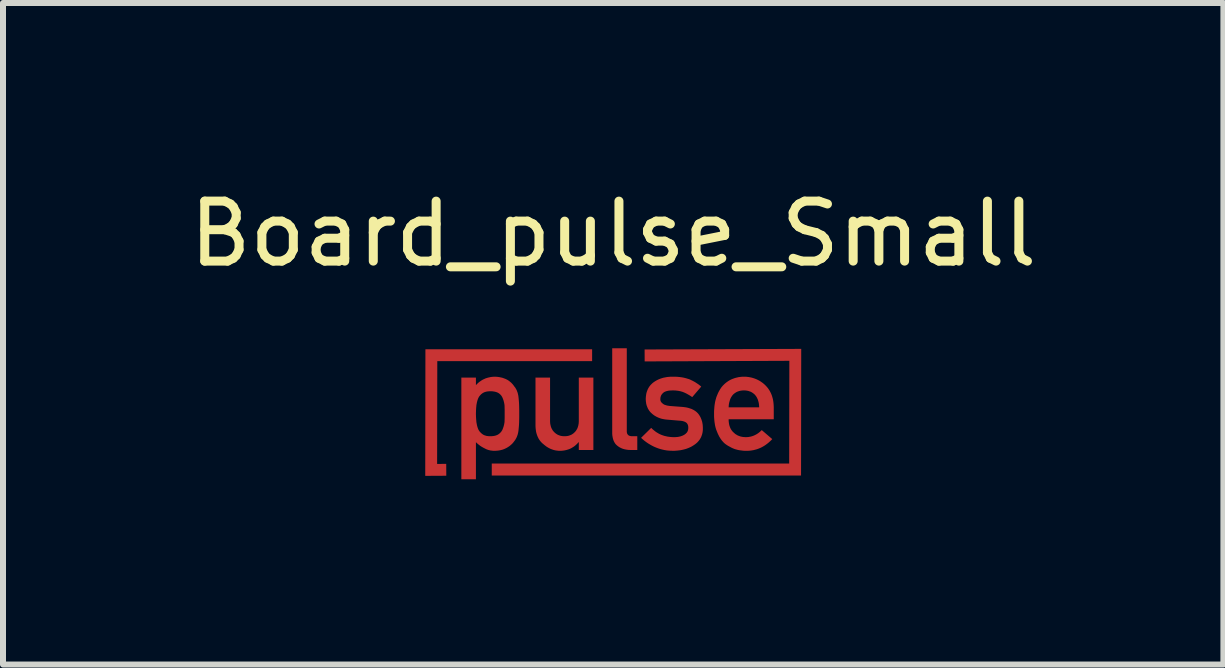
<source format=kicad_pcb>
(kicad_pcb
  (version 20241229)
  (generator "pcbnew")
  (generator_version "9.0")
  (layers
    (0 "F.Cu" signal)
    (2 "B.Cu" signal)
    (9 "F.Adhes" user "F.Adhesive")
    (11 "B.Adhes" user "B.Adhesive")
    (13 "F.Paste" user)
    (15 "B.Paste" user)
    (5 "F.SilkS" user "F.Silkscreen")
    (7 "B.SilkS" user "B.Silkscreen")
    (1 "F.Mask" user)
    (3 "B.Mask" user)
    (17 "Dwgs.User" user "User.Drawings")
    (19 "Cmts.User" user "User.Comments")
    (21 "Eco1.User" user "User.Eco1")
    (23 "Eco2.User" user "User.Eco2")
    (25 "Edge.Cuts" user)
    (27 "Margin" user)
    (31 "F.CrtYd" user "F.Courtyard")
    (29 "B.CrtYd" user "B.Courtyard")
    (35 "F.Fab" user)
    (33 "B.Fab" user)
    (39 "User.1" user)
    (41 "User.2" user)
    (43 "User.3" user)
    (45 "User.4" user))
  (footprint "Board_pulse_Small"
    (layer "F.Cu")
    (at 7.173 3.848)
    (property "Reference" "Board_pulse_Small" (at 0 -3 0) (unlocked yes) (layer "F.SilkS") (effects (font (size 1 1) (thickness 0.15))))
    (attr exclude_from_pos_files exclude_from_bom allow_missing_courtyard)
    (fp_poly (pts (xy -0.352 -0.878) (xy -2.933 -0.878) (xy -2.936 0.836) (xy -2.784 0.835) (xy -2.783 1.033) (xy -3.134 1.035) (xy -3.131 -1.076) (xy -0.352 -1.076)) (stroke (width 0) (type solid)) (fill yes) (layer "F.Cu"))
    (fp_poly (pts (xy 3.131 1.029) (xy -2.025 1.029) (xy -2.025 0.83) (xy 2.933 0.83) (xy 2.936 -0.883) (xy 0.524 -0.873) (xy 0.523 -1.072) (xy 3.134 -1.082)) (stroke (width 0) (type solid)) (fill yes) (layer "F.Cu"))
    (fp_poly (pts (xy 0.226 0.292) (xy 0.226 0.297) (xy 0.226 0.302) (xy 0.227 0.307) (xy 0.228 0.311) (xy 0.228 0.316) (xy 0.229 0.32) (xy 0.23 0.324) (xy 0.232 0.328) (xy 0.233 0.332) (xy 0.235 0.335) (xy 0.237 0.339) (xy 0.239 0.342) (xy 0.241 0.345) (xy 0.244 0.348) (xy 0.246 0.351) (xy 0.249 0.354) (xy 0.252 0.356) (xy 0.255 0.359) (xy 0.258 0.361) (xy 0.262 0.363) (xy 0.265 0.365) (xy 0.269 0.366) (xy 0.273 0.368) (xy 0.277 0.369) (xy 0.282 0.37) (xy 0.286 0.371) (xy 0.291 0.372) (xy 0.296 0.373) (xy 0.306 0.374) (xy 0.317 0.374) (xy 0.401 0.374) (xy 0.401 0.604) (xy 0.292 0.604) (xy 0.276 0.603) (xy 0.26 0.603) (xy 0.244 0.601) (xy 0.229 0.599) (xy 0.214 0.597) (xy 0.2 0.594) (xy 0.185 0.591) (xy 0.172 0.587) (xy 0.158 0.583) (xy 0.145 0.578) (xy 0.132 0.572) (xy 0.12 0.566) (xy 0.108 0.56) (xy 0.096 0.553) (xy 0.085 0.545) (xy 0.074 0.537) (xy 0.063 0.528) (xy 0.053 0.519) (xy 0.043 0.509) (xy 0.034 0.498) (xy 0.026 0.486) (xy 0.019 0.474) (xy 0.012 0.461) (xy 0.006 0.447) (xy 0.000459 0.432) (xy -0.004 0.417) (xy -0.008 0.401) (xy -0.011 0.384) (xy -0.014 0.367) (xy -0.016 0.349) (xy -0.017 0.33) (xy -0.017 0.311) (xy -0.017 -1.092) (xy 0.226 -1.092)) (stroke (width 0) (type solid)) (fill yes) (layer "F.Cu"))
    (fp_poly (pts (xy -1.053 0.115) (xy -1.053 0.13) (xy -1.052 0.145) (xy -1.051 0.159) (xy -1.049 0.173) (xy -1.046 0.186) (xy -1.043 0.199) (xy -1.04 0.212) (xy -1.036 0.224) (xy -1.031 0.236) (xy -1.026 0.247) (xy -1.02 0.258) (xy -1.014 0.268) (xy -1.008 0.278) (xy -1 0.288) (xy -0.992 0.297) (xy -0.984 0.306) (xy -0.975 0.314) (xy -0.967 0.322) (xy -0.957 0.329) (xy -0.948 0.336) (xy -0.938 0.342) (xy -0.928 0.348) (xy -0.918 0.353) (xy -0.907 0.357) (xy -0.897 0.361) (xy -0.885 0.365) (xy -0.874 0.368) (xy -0.862 0.37) (xy -0.85 0.372) (xy -0.838 0.373) (xy -0.825 0.374) (xy -0.812 0.374) (xy -0.799 0.374) (xy -0.787 0.373) (xy -0.774 0.372) (xy -0.762 0.37) (xy -0.751 0.368) (xy -0.739 0.365) (xy -0.728 0.361) (xy -0.717 0.357) (xy -0.707 0.353) (xy -0.696 0.348) (xy -0.686 0.342) (xy -0.677 0.336) (xy -0.667 0.329) (xy -0.658 0.322) (xy -0.65 0.314) (xy -0.641 0.306) (xy -0.633 0.297) (xy -0.625 0.288) (xy -0.618 0.278) (xy -0.612 0.268) (xy -0.606 0.258) (xy -0.6 0.247) (xy -0.595 0.236) (xy -0.591 0.224) (xy -0.587 0.212) (xy -0.583 0.199) (xy -0.581 0.186) (xy -0.578 0.173) (xy -0.576 0.159) (xy -0.575 0.145) (xy -0.574 0.13) (xy -0.574 0.115) (xy -0.574 -0.603) (xy -0.331 -0.603) (xy -0.331 0.604) (xy -0.574 0.604) (xy -0.574 0.474) (xy -0.579 0.474) (xy -0.594 0.492) (xy -0.61 0.508) (xy -0.626 0.523) (xy -0.643 0.537) (xy -0.661 0.55) (xy -0.679 0.561) (xy -0.697 0.572) (xy -0.717 0.582) (xy -0.736 0.59) (xy -0.757 0.597) (xy -0.778 0.603) (xy -0.799 0.608) (xy -0.821 0.612) (xy -0.844 0.615) (xy -0.867 0.617) (xy -0.891 0.617) (xy -0.91 0.617) (xy -0.928 0.615) (xy -0.946 0.613) (xy -0.964 0.61) (xy -0.982 0.606) (xy -1 0.601) (xy -1.017 0.595) (xy -1.034 0.589) (xy -1.051 0.582) (xy -1.067 0.574) (xy -1.084 0.565) (xy -1.1 0.555) (xy -1.116 0.545) (xy -1.131 0.533) (xy -1.147 0.521) (xy -1.162 0.508) (xy -1.178 0.495) (xy -1.193 0.481) (xy -1.207 0.466) (xy -1.22 0.45) (xy -1.232 0.433) (xy -1.243 0.416) (xy -1.252 0.398) (xy -1.261 0.379) (xy -1.269 0.359) (xy -1.276 0.338) (xy -1.282 0.317) (xy -1.287 0.295) (xy -1.29 0.272) (xy -1.293 0.249) (xy -1.295 0.224) (xy -1.296 0.199) (xy -1.296 -0.603) (xy -1.053 -0.603)) (stroke (width 0) (type solid)) (fill yes) (layer "F.Cu"))
    (fp_poly (pts (xy 2.204 -0.618) (xy 2.229 -0.616) (xy 2.254 -0.613) (xy 2.278 -0.609) (xy 2.302 -0.604) (xy 2.325 -0.598) (xy 2.347 -0.591) (xy 2.369 -0.583) (xy 2.391 -0.574) (xy 2.412 -0.564) (xy 2.433 -0.553) (xy 2.453 -0.541) (xy 2.472 -0.528) (xy 2.492 -0.514) (xy 2.51 -0.499) (xy 2.528 -0.483) (xy 2.546 -0.465) (xy 2.562 -0.447) (xy 2.578 -0.428) (xy 2.592 -0.408) (xy 2.605 -0.388) (xy 2.617 -0.366) (xy 2.628 -0.344) (xy 2.638 -0.321) (xy 2.647 -0.297) (xy 2.654 -0.272) (xy 2.661 -0.247) (xy 2.666 -0.221) (xy 2.67 -0.194) (xy 2.673 -0.166) (xy 2.675 -0.137) (xy 2.676 -0.108) (xy 2.676 0.092) (xy 1.924 0.092) (xy 1.924 0.11) (xy 1.925 0.127) (xy 1.927 0.144) (xy 1.929 0.16) (xy 1.932 0.176) (xy 1.935 0.191) (xy 1.94 0.206) (xy 1.945 0.22) (xy 1.95 0.233) (xy 1.956 0.246) (xy 1.963 0.259) (xy 1.971 0.271) (xy 1.979 0.282) (xy 1.988 0.293) (xy 1.997 0.303) (xy 2.008 0.313) (xy 2.018 0.322) (xy 2.028 0.331) (xy 2.038 0.339) (xy 2.05 0.346) (xy 2.061 0.353) (xy 2.073 0.36) (xy 2.085 0.365) (xy 2.098 0.37) (xy 2.111 0.375) (xy 2.124 0.379) (xy 2.138 0.382) (xy 2.152 0.385) (xy 2.166 0.387) (xy 2.181 0.388) (xy 2.196 0.389) (xy 2.212 0.39) (xy 2.23 0.389) (xy 2.248 0.388) (xy 2.266 0.385) (xy 2.284 0.382) (xy 2.301 0.378) (xy 2.318 0.373) (xy 2.335 0.367) (xy 2.352 0.36) (xy 2.368 0.352) (xy 2.384 0.344) (xy 2.4 0.334) (xy 2.416 0.324) (xy 2.431 0.312) (xy 2.446 0.3) (xy 2.461 0.286) (xy 2.476 0.272) (xy 2.651 0.422) (xy 2.628 0.446) (xy 2.604 0.468) (xy 2.58 0.489) (xy 2.555 0.508) (xy 2.53 0.526) (xy 2.504 0.542) (xy 2.477 0.557) (xy 2.45 0.57) (xy 2.423 0.581) (xy 2.395 0.591) (xy 2.366 0.599) (xy 2.338 0.606) (xy 2.308 0.611) (xy 2.278 0.615) (xy 2.248 0.617) (xy 2.217 0.617) (xy 2.193 0.617) (xy 2.169 0.616) (xy 2.146 0.613) (xy 2.123 0.61) (xy 2.099 0.607) (xy 2.076 0.602) (xy 2.053 0.596) (xy 2.031 0.59) (xy 2.019 0.586) (xy 2.008 0.581) (xy 1.997 0.577) (xy 1.986 0.572) (xy 1.975 0.567) (xy 1.964 0.561) (xy 1.953 0.555) (xy 1.942 0.549) (xy 1.931 0.543) (xy 1.92 0.537) (xy 1.909 0.531) (xy 1.898 0.524) (xy 1.888 0.517) (xy 1.878 0.51) (xy 1.867 0.502) (xy 1.857 0.494) (xy 1.848 0.486) (xy 1.839 0.477) (xy 1.83 0.467) (xy 1.821 0.457) (xy 1.812 0.447) (xy 1.804 0.436) (xy 1.796 0.425) (xy 1.788 0.413) (xy 1.78 0.401) (xy 1.773 0.389) (xy 1.765 0.376) (xy 1.759 0.363) (xy 1.752 0.349) (xy 1.745 0.335) (xy 1.739 0.321) (xy 1.733 0.306) (xy 1.727 0.291) (xy 1.721 0.276) (xy 1.715 0.26) (xy 1.71 0.243) (xy 1.705 0.226) (xy 1.701 0.209) (xy 1.697 0.191) (xy 1.694 0.172) (xy 1.691 0.153) (xy 1.688 0.133) (xy 1.686 0.113) (xy 1.684 0.092) (xy 1.681 0.049) (xy 1.681 0.004) (xy 1.681 -0.018) (xy 1.681 -0.04) (xy 1.682 -0.061) (xy 1.684 -0.082) (xy 1.685 -0.102) (xy 1.686 -0.108) (xy 1.924 -0.108) (xy 2.433 -0.108) (xy 2.432 -0.125) (xy 2.431 -0.142) (xy 2.429 -0.158) (xy 2.427 -0.174) (xy 2.424 -0.189) (xy 2.42 -0.204) (xy 2.416 -0.218) (xy 2.412 -0.232) (xy 2.407 -0.245) (xy 2.401 -0.257) (xy 2.395 -0.269) (xy 2.389 -0.281) (xy 2.382 -0.291) (xy 2.374 -0.302) (xy 2.366 -0.312) (xy 2.358 -0.321) (xy 2.349 -0.329) (xy 2.339 -0.337) (xy 2.33 -0.344) (xy 2.32 -0.351) (xy 2.31 -0.357) (xy 2.3 -0.363) (xy 2.289 -0.368) (xy 2.278 -0.372) (xy 2.266 -0.376) (xy 2.255 -0.38) (xy 2.243 -0.383) (xy 2.231 -0.385) (xy 2.218 -0.387) (xy 2.205 -0.389) (xy 2.192 -0.389) (xy 2.178 -0.39) (xy 2.165 -0.389) (xy 2.152 -0.389) (xy 2.139 -0.387) (xy 2.126 -0.385) (xy 2.114 -0.383) (xy 2.102 -0.38) (xy 2.09 -0.376) (xy 2.079 -0.372) (xy 2.068 -0.368) (xy 2.057 -0.363) (xy 2.047 -0.357) (xy 2.037 -0.351) (xy 2.027 -0.344) (xy 2.017 -0.337) (xy 2.008 -0.329) (xy 1.999 -0.321) (xy 1.991 -0.312) (xy 1.983 -0.302) (xy 1.976 -0.291) (xy 1.969 -0.281) (xy 1.962 -0.269) (xy 1.956 -0.257) (xy 1.951 -0.245) (xy 1.946 -0.232) (xy 1.942 -0.218) (xy 1.938 -0.204) (xy 1.934 -0.189) (xy 1.931 -0.174) (xy 1.928 -0.158) (xy 1.926 -0.142) (xy 1.925 -0.125) (xy 1.924 -0.108) (xy 1.686 -0.108) (xy 1.687 -0.122) (xy 1.689 -0.141) (xy 1.692 -0.16) (xy 1.695 -0.179) (xy 1.698 -0.197) (xy 1.702 -0.214) (xy 1.706 -0.231) (xy 1.711 -0.247) (xy 1.715 -0.263) (xy 1.72 -0.279) (xy 1.726 -0.294) (xy 1.732 -0.309) (xy 1.738 -0.323) (xy 1.744 -0.338) (xy 1.75 -0.351) (xy 1.757 -0.365) (xy 1.764 -0.378) (xy 1.771 -0.39) (xy 1.778 -0.402) (xy 1.785 -0.414) (xy 1.793 -0.425) (xy 1.8 -0.436) (xy 1.808 -0.447) (xy 1.817 -0.457) (xy 1.825 -0.467) (xy 1.834 -0.476) (xy 1.843 -0.485) (xy 1.852 -0.494) (xy 1.861 -0.502) (xy 1.87 -0.51) (xy 1.88 -0.518) (xy 1.889 -0.525) (xy 1.899 -0.532) (xy 1.909 -0.539) (xy 1.919 -0.546) (xy 1.929 -0.552) (xy 1.939 -0.558) (xy 1.95 -0.564) (xy 1.96 -0.569) (xy 1.971 -0.574) (xy 1.982 -0.579) (xy 1.993 -0.583) (xy 2.004 -0.587) (xy 2.026 -0.595) (xy 2.048 -0.601) (xy 2.07 -0.606) (xy 2.081 -0.609) (xy 2.092 -0.611) (xy 2.103 -0.612) (xy 2.113 -0.614) (xy 2.124 -0.615) (xy 2.135 -0.617) (xy 2.146 -0.617) (xy 2.157 -0.618) (xy 2.168 -0.618) (xy 2.178 -0.618)) (stroke (width 0) (type solid)) (fill yes) (layer "F.Cu"))
    (fp_poly (pts (xy -1.95 -0.617) (xy -1.924 -0.615) (xy -1.898 -0.611) (xy -1.874 -0.606) (xy -1.85 -0.601) (xy -1.828 -0.593) (xy -1.806 -0.585) (xy -1.795 -0.581) (xy -1.785 -0.576) (xy -1.775 -0.571) (xy -1.765 -0.566) (xy -1.756 -0.56) (xy -1.746 -0.554) (xy -1.737 -0.548) (xy -1.729 -0.541) (xy -1.72 -0.534) (xy -1.712 -0.527) (xy -1.703 -0.52) (xy -1.695 -0.512) (xy -1.688 -0.504) (xy -1.68 -0.496) (xy -1.673 -0.488) (xy -1.666 -0.479) (xy -1.659 -0.47) (xy -1.653 -0.46) (xy -1.647 -0.453) (xy -1.641 -0.446) (xy -1.635 -0.438) (xy -1.63 -0.43) (xy -1.625 -0.421) (xy -1.62 -0.413) (xy -1.615 -0.404) (xy -1.611 -0.394) (xy -1.606 -0.385) (xy -1.603 -0.375) (xy -1.599 -0.365) (xy -1.595 -0.355) (xy -1.592 -0.344) (xy -1.589 -0.333) (xy -1.587 -0.322) (xy -1.584 -0.31) (xy -1.58 -0.285) (xy -1.577 -0.256) (xy -1.574 -0.223) (xy -1.571 -0.186) (xy -1.569 -0.145) (xy -1.568 -0.101) (xy -1.567 -0.052) (xy -1.567 0.001) (xy -1.567 0.053) (xy -1.568 0.101) (xy -1.569 0.145) (xy -1.571 0.185) (xy -1.574 0.222) (xy -1.577 0.254) (xy -1.58 0.283) (xy -1.584 0.308) (xy -1.587 0.32) (xy -1.589 0.331) (xy -1.592 0.342) (xy -1.595 0.353) (xy -1.599 0.363) (xy -1.603 0.373) (xy -1.606 0.383) (xy -1.611 0.393) (xy -1.615 0.402) (xy -1.62 0.411) (xy -1.625 0.42) (xy -1.63 0.429) (xy -1.635 0.437) (xy -1.641 0.445) (xy -1.647 0.453) (xy -1.653 0.461) (xy -1.659 0.469) (xy -1.666 0.478) (xy -1.673 0.486) (xy -1.68 0.494) (xy -1.687 0.502) (xy -1.695 0.509) (xy -1.703 0.516) (xy -1.711 0.523) (xy -1.719 0.53) (xy -1.728 0.537) (xy -1.736 0.543) (xy -1.745 0.549) (xy -1.755 0.555) (xy -1.764 0.561) (xy -1.774 0.567) (xy -1.784 0.572) (xy -1.794 0.577) (xy -1.805 0.582) (xy -1.815 0.587) (xy -1.826 0.591) (xy -1.837 0.595) (xy -1.849 0.599) (xy -1.861 0.602) (xy -1.873 0.605) (xy -1.885 0.608) (xy -1.897 0.61) (xy -1.91 0.612) (xy -1.923 0.614) (xy -1.936 0.615) (xy -1.95 0.616) (xy -1.963 0.617) (xy -1.977 0.617) (xy -1.989 0.617) (xy -2 0.617) (xy -2.011 0.616) (xy -2.022 0.615) (xy -2.033 0.613) (xy -2.044 0.612) (xy -2.055 0.61) (xy -2.065 0.607) (xy -2.076 0.605) (xy -2.086 0.602) (xy -2.096 0.598) (xy -2.106 0.595) (xy -2.115 0.591) (xy -2.125 0.586) (xy -2.134 0.582) (xy -2.143 0.577) (xy -2.153 0.572) (xy -2.163 0.567) (xy -2.172 0.562) (xy -2.182 0.556) (xy -2.191 0.551) (xy -2.201 0.545) (xy -2.21 0.539) (xy -2.219 0.533) (xy -2.228 0.526) (xy -2.237 0.519) (xy -2.246 0.512) (xy -2.255 0.505) (xy -2.263 0.498) (xy -2.272 0.49) (xy -2.28 0.482) (xy -2.289 0.474) (xy -2.289 1.092) (xy -2.532 1.092) (xy -2.532 0.001) (xy -2.289 0.001) (xy -2.289 0.017) (xy -2.288 0.033) (xy -2.288 0.049) (xy -2.287 0.065) (xy -2.286 0.081) (xy -2.285 0.097) (xy -2.283 0.113) (xy -2.282 0.129) (xy -2.28 0.146) (xy -2.277 0.162) (xy -2.274 0.178) (xy -2.271 0.193) (xy -2.267 0.208) (xy -2.263 0.223) (xy -2.258 0.237) (xy -2.253 0.251) (xy -2.25 0.258) (xy -2.247 0.265) (xy -2.243 0.271) (xy -2.24 0.277) (xy -2.236 0.283) (xy -2.232 0.289) (xy -2.227 0.295) (xy -2.223 0.301) (xy -2.218 0.306) (xy -2.213 0.311) (xy -2.208 0.316) (xy -2.203 0.321) (xy -2.197 0.326) (xy -2.192 0.331) (xy -2.186 0.335) (xy -2.18 0.34) (xy -2.174 0.344) (xy -2.167 0.348) (xy -2.161 0.352) (xy -2.154 0.355) (xy -2.147 0.358) (xy -2.139 0.361) (xy -2.131 0.363) (xy -2.123 0.366) (xy -2.115 0.368) (xy -2.107 0.37) (xy -2.098 0.371) (xy -2.089 0.372) (xy -2.08 0.373) (xy -2.07 0.374) (xy -2.06 0.374) (xy -2.05 0.374) (xy -2.04 0.374) (xy -2.029 0.374) (xy -2.019 0.373) (xy -2.01 0.372) (xy -2 0.371) (xy -1.991 0.37) (xy -1.982 0.368) (xy -1.973 0.366) (xy -1.965 0.364) (xy -1.957 0.362) (xy -1.949 0.359) (xy -1.942 0.356) (xy -1.934 0.353) (xy -1.927 0.35) (xy -1.921 0.346) (xy -1.914 0.342) (xy -1.908 0.338) (xy -1.902 0.333) (xy -1.897 0.329) (xy -1.891 0.324) (xy -1.886 0.319) (xy -1.881 0.314) (xy -1.876 0.309) (xy -1.872 0.304) (xy -1.867 0.298) (xy -1.863 0.293) (xy -1.859 0.287) (xy -1.856 0.281) (xy -1.852 0.275) (xy -1.849 0.269) (xy -1.846 0.262) (xy -1.843 0.256) (xy -1.838 0.242) (xy -1.833 0.228) (xy -1.828 0.213) (xy -1.824 0.198) (xy -1.82 0.183) (xy -1.817 0.167) (xy -1.814 0.151) (xy -1.812 0.135) (xy -1.811 0.102) (xy -1.81 0.069) (xy -1.81 0.035) (xy -1.81 0.001) (xy -1.81 -0.034) (xy -1.81 -0.07) (xy -1.811 -0.105) (xy -1.812 -0.14) (xy -1.814 -0.157) (xy -1.817 -0.173) (xy -1.82 -0.189) (xy -1.824 -0.204) (xy -1.828 -0.219) (xy -1.83 -0.226) (xy -1.833 -0.233) (xy -1.835 -0.24) (xy -1.838 -0.247) (xy -1.84 -0.254) (xy -1.843 -0.26) (xy -1.846 -0.267) (xy -1.849 -0.274) (xy -1.852 -0.28) (xy -1.856 -0.286) (xy -1.859 -0.292) (xy -1.863 -0.298) (xy -1.867 -0.304) (xy -1.872 -0.309) (xy -1.876 -0.314) (xy -1.881 -0.32) (xy -1.886 -0.324) (xy -1.891 -0.329) (xy -1.897 -0.334) (xy -1.902 -0.338) (xy -1.908 -0.342) (xy -1.914 -0.346) (xy -1.921 -0.35) (xy -1.927 -0.353) (xy -1.934 -0.356) (xy -1.942 -0.359) (xy -1.949 -0.362) (xy -1.957 -0.364) (xy -1.965 -0.366) (xy -1.973 -0.368) (xy -1.982 -0.37) (xy -1.991 -0.371) (xy -2 -0.373) (xy -2.01 -0.374) (xy -2.019 -0.375) (xy -2.029 -0.375) (xy -2.04 -0.375) (xy -2.05 -0.376) (xy -2.06 -0.375) (xy -2.07 -0.375) (xy -2.08 -0.374) (xy -2.089 -0.373) (xy -2.098 -0.372) (xy -2.107 -0.371) (xy -2.115 -0.369) (xy -2.123 -0.367) (xy -2.131 -0.365) (xy -2.139 -0.362) (xy -2.147 -0.36) (xy -2.154 -0.357) (xy -2.161 -0.353) (xy -2.167 -0.35) (xy -2.174 -0.346) (xy -2.18 -0.342) (xy -2.186 -0.338) (xy -2.192 -0.333) (xy -2.197 -0.329) (xy -2.203 -0.324) (xy -2.208 -0.319) (xy -2.213 -0.314) (xy -2.218 -0.308) (xy -2.223 -0.303) (xy -2.227 -0.297) (xy -2.232 -0.292) (xy -2.236 -0.286) (xy -2.24 -0.279) (xy -2.243 -0.273) (xy -2.247 -0.267) (xy -2.25 -0.26) (xy -2.253 -0.253) (xy -2.258 -0.24) (xy -2.263 -0.225) (xy -2.267 -0.211) (xy -2.271 -0.196) (xy -2.274 -0.182) (xy -2.277 -0.166) (xy -2.28 -0.151) (xy -2.282 -0.135) (xy -2.283 -0.118) (xy -2.285 -0.101) (xy -2.286 -0.084) (xy -2.287 -0.067) (xy -2.288 -0.05) (xy -2.288 -0.033) (xy -2.289 -0.016) (xy -2.289 0.001) (xy -2.532 0.001) (xy -2.532 -0.603) (xy -2.289 -0.603) (xy -2.289 -0.478) (xy -2.273 -0.494) (xy -2.257 -0.51) (xy -2.241 -0.524) (xy -2.224 -0.537) (xy -2.206 -0.549) (xy -2.188 -0.561) (xy -2.17 -0.571) (xy -2.15 -0.58) (xy -2.131 -0.589) (xy -2.11 -0.596) (xy -2.09 -0.602) (xy -2.068 -0.607) (xy -2.046 -0.612) (xy -2.024 -0.615) (xy -2.001 -0.617) (xy -1.977 -0.618)) (stroke (width 0) (type solid)) (fill yes) (layer "F.Cu"))
    (fp_poly (pts (xy 1.013 -0.618) (xy 1.033 -0.618) (xy 1.053 -0.617) (xy 1.072 -0.616) (xy 1.09 -0.614) (xy 1.108 -0.613) (xy 1.125 -0.61) (xy 1.142 -0.608) (xy 1.159 -0.605) (xy 1.175 -0.602) (xy 1.191 -0.598) (xy 1.207 -0.594) (xy 1.222 -0.59) (xy 1.237 -0.585) (xy 1.252 -0.581) (xy 1.267 -0.576) (xy 1.281 -0.57) (xy 1.294 -0.564) (xy 1.308 -0.557) (xy 1.321 -0.551) (xy 1.334 -0.544) (xy 1.347 -0.537) (xy 1.36 -0.53) (xy 1.373 -0.522) (xy 1.385 -0.514) (xy 1.397 -0.506) (xy 1.409 -0.498) (xy 1.421 -0.49) (xy 1.433 -0.481) (xy 1.444 -0.472) (xy 1.456 -0.463) (xy 1.467 -0.453) (xy 1.317 -0.278) (xy 1.299 -0.29) (xy 1.281 -0.302) (xy 1.263 -0.313) (xy 1.245 -0.323) (xy 1.226 -0.334) (xy 1.208 -0.343) (xy 1.189 -0.352) (xy 1.169 -0.36) (xy 1.16 -0.364) (xy 1.15 -0.367) (xy 1.14 -0.37) (xy 1.129 -0.373) (xy 1.119 -0.376) (xy 1.108 -0.378) (xy 1.098 -0.38) (xy 1.087 -0.382) (xy 1.076 -0.384) (xy 1.064 -0.385) (xy 1.041 -0.388) (xy 1.017 -0.389) (xy 0.993 -0.39) (xy 0.979 -0.389) (xy 0.965 -0.389) (xy 0.952 -0.388) (xy 0.94 -0.387) (xy 0.928 -0.386) (xy 0.917 -0.384) (xy 0.906 -0.382) (xy 0.896 -0.379) (xy 0.886 -0.377) (xy 0.877 -0.374) (xy 0.868 -0.37) (xy 0.86 -0.367) (xy 0.852 -0.363) (xy 0.845 -0.358) (xy 0.839 -0.354) (xy 0.833 -0.349) (xy 0.827 -0.343) (xy 0.822 -0.338) (xy 0.817 -0.333) (xy 0.812 -0.327) (xy 0.808 -0.321) (xy 0.804 -0.315) (xy 0.8 -0.309) (xy 0.797 -0.302) (xy 0.795 -0.296) (xy 0.792 -0.289) (xy 0.79 -0.282) (xy 0.788 -0.275) (xy 0.787 -0.267) (xy 0.786 -0.26) (xy 0.786 -0.252) (xy 0.785 -0.244) (xy 0.785 -0.239) (xy 0.786 -0.234) (xy 0.786 -0.229) (xy 0.787 -0.224) (xy 0.788 -0.22) (xy 0.789 -0.215) (xy 0.791 -0.21) (xy 0.793 -0.206) (xy 0.796 -0.202) (xy 0.798 -0.197) (xy 0.801 -0.193) (xy 0.805 -0.189) (xy 0.808 -0.185) (xy 0.812 -0.181) (xy 0.817 -0.177) (xy 0.821 -0.173) (xy 0.826 -0.169) (xy 0.831 -0.165) (xy 0.836 -0.161) (xy 0.842 -0.158) (xy 0.848 -0.154) (xy 0.855 -0.151) (xy 0.862 -0.148) (xy 0.87 -0.146) (xy 0.878 -0.143) (xy 0.886 -0.141) (xy 0.895 -0.138) (xy 0.904 -0.136) (xy 0.913 -0.135) (xy 0.923 -0.133) (xy 0.934 -0.132) (xy 0.944 -0.13) (xy 1.145 -0.115) (xy 1.168 -0.113) (xy 1.19 -0.11) (xy 1.212 -0.107) (xy 1.232 -0.103) (xy 1.252 -0.098) (xy 1.271 -0.092) (xy 1.289 -0.086) (xy 1.307 -0.08) (xy 1.323 -0.072) (xy 1.339 -0.064) (xy 1.354 -0.055) (xy 1.368 -0.046) (xy 1.382 -0.035) (xy 1.394 -0.025) (xy 1.406 -0.013) (xy 1.417 -0.001) (xy 1.426 0.011) (xy 1.435 0.024) (xy 1.443 0.037) (xy 1.451 0.051) (xy 1.458 0.065) (xy 1.464 0.08) (xy 1.47 0.094) (xy 1.475 0.11) (xy 1.48 0.125) (xy 1.484 0.141) (xy 1.487 0.158) (xy 1.49 0.175) (xy 1.492 0.192) (xy 1.493 0.21) (xy 1.494 0.228) (xy 1.494 0.247) (xy 1.494 0.268) (xy 1.492 0.289) (xy 1.489 0.31) (xy 1.485 0.329) (xy 1.48 0.348) (xy 1.473 0.367) (xy 1.47 0.376) (xy 1.466 0.385) (xy 1.462 0.394) (xy 1.458 0.402) (xy 1.453 0.41) (xy 1.448 0.419) (xy 1.443 0.427) (xy 1.438 0.435) (xy 1.432 0.442) (xy 1.426 0.45) (xy 1.42 0.457) (xy 1.413 0.465) (xy 1.4 0.479) (xy 1.385 0.492) (xy 1.369 0.505) (xy 1.352 0.517) (xy 1.334 0.529) (xy 1.316 0.54) (xy 1.297 0.551) (xy 1.277 0.56) (xy 1.257 0.569) (xy 1.236 0.577) (xy 1.215 0.585) (xy 1.193 0.591) (xy 1.17 0.597) (xy 1.147 0.602) (xy 1.123 0.607) (xy 1.099 0.61) (xy 1.074 0.613) (xy 1.048 0.615) (xy 1.022 0.617) (xy 0.995 0.617) (xy 0.958 0.616) (xy 0.922 0.614) (xy 0.886 0.61) (xy 0.851 0.604) (xy 0.816 0.596) (xy 0.782 0.587) (xy 0.748 0.576) (xy 0.714 0.563) (xy 0.681 0.549) (xy 0.649 0.533) (xy 0.617 0.515) (xy 0.585 0.496) (xy 0.554 0.475) (xy 0.523 0.452) (xy 0.493 0.427) (xy 0.464 0.401) (xy 0.633 0.235) (xy 0.652 0.254) (xy 0.672 0.271) (xy 0.692 0.287) (xy 0.713 0.303) (xy 0.734 0.316) (xy 0.756 0.329) (xy 0.779 0.341) (xy 0.802 0.351) (xy 0.827 0.36) (xy 0.851 0.368) (xy 0.877 0.374) (xy 0.903 0.38) (xy 0.93 0.384) (xy 0.957 0.387) (xy 0.986 0.389) (xy 1.014 0.39) (xy 1.027 0.389) (xy 1.04 0.389) (xy 1.052 0.388) (xy 1.065 0.387) (xy 1.076 0.386) (xy 1.088 0.384) (xy 1.099 0.382) (xy 1.11 0.379) (xy 1.12 0.377) (xy 1.13 0.374) (xy 1.14 0.37) (xy 1.15 0.367) (xy 1.159 0.363) (xy 1.168 0.358) (xy 1.177 0.354) (xy 1.185 0.349) (xy 1.193 0.344) (xy 1.201 0.338) (xy 1.208 0.332) (xy 1.214 0.326) (xy 1.22 0.32) (xy 1.226 0.314) (xy 1.231 0.307) (xy 1.235 0.3) (xy 1.239 0.293) (xy 1.242 0.285) (xy 1.245 0.278) (xy 1.247 0.27) (xy 1.249 0.261) (xy 1.25 0.253) (xy 1.251 0.244) (xy 1.251 0.235) (xy 1.251 0.227) (xy 1.251 0.219) (xy 1.25 0.212) (xy 1.249 0.205) (xy 1.248 0.198) (xy 1.246 0.192) (xy 1.245 0.189) (xy 1.244 0.186) (xy 1.243 0.183) (xy 1.242 0.18) (xy 1.24 0.177) (xy 1.239 0.174) (xy 1.238 0.172) (xy 1.236 0.169) (xy 1.235 0.167) (xy 1.233 0.164) (xy 1.231 0.162) (xy 1.229 0.16) (xy 1.228 0.157) (xy 1.226 0.155) (xy 1.224 0.153) (xy 1.221 0.151) (xy 1.219 0.149) (xy 1.217 0.148) (xy 1.215 0.146) (xy 1.212 0.144) (xy 1.207 0.141) (xy 1.202 0.138) (xy 1.196 0.135) (xy 1.19 0.132) (xy 1.184 0.13) (xy 1.178 0.128) (xy 1.171 0.125) (xy 1.165 0.124) (xy 1.158 0.122) (xy 1.151 0.12) (xy 1.144 0.119) (xy 1.136 0.118) (xy 1.128 0.117) (xy 1.12 0.116) (xy 1.112 0.115) (xy 1.104 0.115) (xy 0.89 0.097) (xy 0.871 0.095) (xy 0.853 0.092) (xy 0.835 0.089) (xy 0.817 0.085) (xy 0.8 0.081) (xy 0.784 0.076) (xy 0.768 0.07) (xy 0.752 0.064) (xy 0.737 0.057) (xy 0.722 0.05) (xy 0.708 0.042) (xy 0.694 0.034) (xy 0.68 0.025) (xy 0.667 0.015) (xy 0.654 0.005) (xy 0.642 -0.006) (xy 0.63 -0.017) (xy 0.619 -0.028) (xy 0.609 -0.04) (xy 0.599 -0.053) (xy 0.591 -0.066) (xy 0.582 -0.08) (xy 0.575 -0.094) (xy 0.569 -0.109) (xy 0.563 -0.124) (xy 0.557 -0.14) (xy 0.553 -0.156) (xy 0.549 -0.173) (xy 0.547 -0.191) (xy 0.544 -0.209) (xy 0.543 -0.227) (xy 0.542 -0.246) (xy 0.543 -0.269) (xy 0.545 -0.291) (xy 0.548 -0.313) (xy 0.551 -0.334) (xy 0.556 -0.354) (xy 0.562 -0.373) (xy 0.569 -0.391) (xy 0.576 -0.409) (xy 0.585 -0.426) (xy 0.595 -0.443) (xy 0.605 -0.458) (xy 0.617 -0.473) (xy 0.63 -0.487) (xy 0.644 -0.501) (xy 0.658 -0.514) (xy 0.674 -0.526) (xy 0.69 -0.537) (xy 0.706 -0.547) (xy 0.723 -0.557) (xy 0.741 -0.566) (xy 0.759 -0.575) (xy 0.777 -0.582) (xy 0.797 -0.589) (xy 0.816 -0.595) (xy 0.836 -0.601) (xy 0.857 -0.605) (xy 0.878 -0.609) (xy 0.9 -0.613) (xy 0.922 -0.615) (xy 0.945 -0.617) (xy 0.969 -0.618) (xy 0.993 -0.618)) (stroke (width 0) (type solid)) (fill yes) (layer "F.Cu"))
    (fp_poly (pts (xy -0.352 -0.878) (xy -2.933 -0.878) (xy -2.936 0.836) (xy -2.784 0.835) (xy -2.783 1.033) (xy -3.134 1.035) (xy -3.131 -1.076) (xy -0.352 -1.076)) (stroke (width 0) (type solid)) (fill yes) (layer "F.Mask"))
    (fp_poly (pts (xy 3.131 1.029) (xy -2.025 1.029) (xy -2.025 0.83) (xy 2.933 0.83) (xy 2.936 -0.883) (xy 0.524 -0.873) (xy 0.523 -1.072) (xy 3.134 -1.082)) (stroke (width 0) (type solid)) (fill yes) (layer "F.Mask"))
    (fp_poly (pts (xy 0.226 0.292) (xy 0.226 0.297) (xy 0.226 0.302) (xy 0.227 0.307) (xy 0.228 0.311) (xy 0.228 0.316) (xy 0.229 0.32) (xy 0.23 0.324) (xy 0.232 0.328) (xy 0.233 0.332) (xy 0.235 0.335) (xy 0.237 0.339) (xy 0.239 0.342) (xy 0.241 0.345) (xy 0.244 0.348) (xy 0.246 0.351) (xy 0.249 0.354) (xy 0.252 0.356) (xy 0.255 0.359) (xy 0.258 0.361) (xy 0.262 0.363) (xy 0.265 0.365) (xy 0.269 0.366) (xy 0.273 0.368) (xy 0.277 0.369) (xy 0.282 0.37) (xy 0.286 0.371) (xy 0.291 0.372) (xy 0.296 0.373) (xy 0.306 0.374) (xy 0.317 0.374) (xy 0.401 0.374) (xy 0.401 0.604) (xy 0.292 0.604) (xy 0.276 0.603) (xy 0.26 0.603) (xy 0.244 0.601) (xy 0.229 0.599) (xy 0.214 0.597) (xy 0.2 0.594) (xy 0.185 0.591) (xy 0.172 0.587) (xy 0.158 0.583) (xy 0.145 0.578) (xy 0.132 0.572) (xy 0.12 0.566) (xy 0.108 0.56) (xy 0.096 0.553) (xy 0.085 0.545) (xy 0.074 0.537) (xy 0.063 0.528) (xy 0.053 0.519) (xy 0.043 0.509) (xy 0.034 0.498) (xy 0.026 0.486) (xy 0.019 0.474) (xy 0.012 0.461) (xy 0.006 0.447) (xy 0.000459 0.432) (xy -0.004 0.417) (xy -0.008 0.401) (xy -0.011 0.384) (xy -0.014 0.367) (xy -0.016 0.349) (xy -0.017 0.33) (xy -0.017 0.311) (xy -0.017 -1.092) (xy 0.226 -1.092)) (stroke (width 0) (type solid)) (fill yes) (layer "F.Mask"))
    (fp_poly (pts (xy -1.053 0.115) (xy -1.053 0.13) (xy -1.052 0.145) (xy -1.051 0.159) (xy -1.049 0.173) (xy -1.046 0.186) (xy -1.043 0.199) (xy -1.04 0.212) (xy -1.036 0.224) (xy -1.031 0.236) (xy -1.026 0.247) (xy -1.02 0.258) (xy -1.014 0.268) (xy -1.008 0.278) (xy -1 0.288) (xy -0.992 0.297) (xy -0.984 0.306) (xy -0.975 0.314) (xy -0.967 0.322) (xy -0.957 0.329) (xy -0.948 0.336) (xy -0.938 0.342) (xy -0.928 0.348) (xy -0.918 0.353) (xy -0.907 0.357) (xy -0.897 0.361) (xy -0.885 0.365) (xy -0.874 0.368) (xy -0.862 0.37) (xy -0.85 0.372) (xy -0.838 0.373) (xy -0.825 0.374) (xy -0.812 0.374) (xy -0.799 0.374) (xy -0.787 0.373) (xy -0.774 0.372) (xy -0.762 0.37) (xy -0.751 0.368) (xy -0.739 0.365) (xy -0.728 0.361) (xy -0.717 0.357) (xy -0.707 0.353) (xy -0.696 0.348) (xy -0.686 0.342) (xy -0.677 0.336) (xy -0.667 0.329) (xy -0.658 0.322) (xy -0.65 0.314) (xy -0.641 0.306) (xy -0.633 0.297) (xy -0.625 0.288) (xy -0.618 0.278) (xy -0.612 0.268) (xy -0.606 0.258) (xy -0.6 0.247) (xy -0.595 0.236) (xy -0.591 0.224) (xy -0.587 0.212) (xy -0.583 0.199) (xy -0.581 0.186) (xy -0.578 0.173) (xy -0.576 0.159) (xy -0.575 0.145) (xy -0.574 0.13) (xy -0.574 0.115) (xy -0.574 -0.603) (xy -0.331 -0.603) (xy -0.331 0.604) (xy -0.574 0.604) (xy -0.574 0.474) (xy -0.579 0.474) (xy -0.594 0.492) (xy -0.61 0.508) (xy -0.626 0.523) (xy -0.643 0.537) (xy -0.661 0.55) (xy -0.679 0.561) (xy -0.697 0.572) (xy -0.717 0.582) (xy -0.736 0.59) (xy -0.757 0.597) (xy -0.778 0.603) (xy -0.799 0.608) (xy -0.821 0.612) (xy -0.844 0.615) (xy -0.867 0.617) (xy -0.891 0.617) (xy -0.91 0.617) (xy -0.928 0.615) (xy -0.946 0.613) (xy -0.964 0.61) (xy -0.982 0.606) (xy -1 0.601) (xy -1.017 0.595) (xy -1.034 0.589) (xy -1.051 0.582) (xy -1.067 0.574) (xy -1.084 0.565) (xy -1.1 0.555) (xy -1.116 0.545) (xy -1.131 0.533) (xy -1.147 0.521) (xy -1.162 0.508) (xy -1.178 0.495) (xy -1.193 0.481) (xy -1.207 0.466) (xy -1.22 0.45) (xy -1.232 0.433) (xy -1.243 0.416) (xy -1.252 0.398) (xy -1.261 0.379) (xy -1.269 0.359) (xy -1.276 0.338) (xy -1.282 0.317) (xy -1.287 0.295) (xy -1.29 0.272) (xy -1.293 0.249) (xy -1.295 0.224) (xy -1.296 0.199) (xy -1.296 -0.603) (xy -1.053 -0.603)) (stroke (width 0) (type solid)) (fill yes) (layer "F.Mask"))
    (fp_poly (pts (xy 2.204 -0.618) (xy 2.229 -0.616) (xy 2.254 -0.613) (xy 2.278 -0.609) (xy 2.302 -0.604) (xy 2.325 -0.598) (xy 2.347 -0.591) (xy 2.369 -0.583) (xy 2.391 -0.574) (xy 2.412 -0.564) (xy 2.433 -0.553) (xy 2.453 -0.541) (xy 2.472 -0.528) (xy 2.492 -0.514) (xy 2.51 -0.499) (xy 2.528 -0.483) (xy 2.546 -0.465) (xy 2.562 -0.447) (xy 2.578 -0.428) (xy 2.592 -0.408) (xy 2.605 -0.388) (xy 2.617 -0.366) (xy 2.628 -0.344) (xy 2.638 -0.321) (xy 2.647 -0.297) (xy 2.654 -0.272) (xy 2.661 -0.247) (xy 2.666 -0.221) (xy 2.67 -0.194) (xy 2.673 -0.166) (xy 2.675 -0.137) (xy 2.676 -0.108) (xy 2.676 0.092) (xy 1.924 0.092) (xy 1.924 0.11) (xy 1.925 0.127) (xy 1.927 0.144) (xy 1.929 0.16) (xy 1.932 0.176) (xy 1.935 0.191) (xy 1.94 0.206) (xy 1.945 0.22) (xy 1.95 0.233) (xy 1.956 0.246) (xy 1.963 0.259) (xy 1.971 0.271) (xy 1.979 0.282) (xy 1.988 0.293) (xy 1.997 0.303) (xy 2.008 0.313) (xy 2.018 0.322) (xy 2.028 0.331) (xy 2.038 0.339) (xy 2.05 0.346) (xy 2.061 0.353) (xy 2.073 0.36) (xy 2.085 0.365) (xy 2.098 0.37) (xy 2.111 0.375) (xy 2.124 0.379) (xy 2.138 0.382) (xy 2.152 0.385) (xy 2.166 0.387) (xy 2.181 0.388) (xy 2.196 0.389) (xy 2.212 0.39) (xy 2.23 0.389) (xy 2.248 0.388) (xy 2.266 0.385) (xy 2.284 0.382) (xy 2.301 0.378) (xy 2.318 0.373) (xy 2.335 0.367) (xy 2.352 0.36) (xy 2.368 0.352) (xy 2.384 0.344) (xy 2.4 0.334) (xy 2.416 0.324) (xy 2.431 0.312) (xy 2.446 0.3) (xy 2.461 0.286) (xy 2.476 0.272) (xy 2.651 0.422) (xy 2.628 0.446) (xy 2.604 0.468) (xy 2.58 0.489) (xy 2.555 0.508) (xy 2.53 0.526) (xy 2.504 0.542) (xy 2.477 0.557) (xy 2.45 0.57) (xy 2.423 0.581) (xy 2.395 0.591) (xy 2.366 0.599) (xy 2.338 0.606) (xy 2.308 0.611) (xy 2.278 0.615) (xy 2.248 0.617) (xy 2.217 0.617) (xy 2.193 0.617) (xy 2.169 0.616) (xy 2.146 0.613) (xy 2.123 0.61) (xy 2.099 0.607) (xy 2.076 0.602) (xy 2.053 0.596) (xy 2.031 0.59) (xy 2.019 0.586) (xy 2.008 0.581) (xy 1.997 0.577) (xy 1.986 0.572) (xy 1.975 0.567) (xy 1.964 0.561) (xy 1.953 0.555) (xy 1.942 0.549) (xy 1.931 0.543) (xy 1.92 0.537) (xy 1.909 0.531) (xy 1.898 0.524) (xy 1.888 0.517) (xy 1.878 0.51) (xy 1.867 0.502) (xy 1.857 0.494) (xy 1.848 0.486) (xy 1.839 0.477) (xy 1.83 0.467) (xy 1.821 0.457) (xy 1.812 0.447) (xy 1.804 0.436) (xy 1.796 0.425) (xy 1.788 0.413) (xy 1.78 0.401) (xy 1.773 0.389) (xy 1.765 0.376) (xy 1.759 0.363) (xy 1.752 0.349) (xy 1.745 0.335) (xy 1.739 0.321) (xy 1.733 0.306) (xy 1.727 0.291) (xy 1.721 0.276) (xy 1.715 0.26) (xy 1.71 0.243) (xy 1.705 0.226) (xy 1.701 0.209) (xy 1.697 0.191) (xy 1.694 0.172) (xy 1.691 0.153) (xy 1.688 0.133) (xy 1.686 0.113) (xy 1.684 0.092) (xy 1.681 0.049) (xy 1.681 0.004) (xy 1.681 -0.018) (xy 1.681 -0.04) (xy 1.682 -0.061) (xy 1.684 -0.082) (xy 1.685 -0.102) (xy 1.686 -0.108) (xy 1.924 -0.108) (xy 2.433 -0.108) (xy 2.432 -0.125) (xy 2.431 -0.142) (xy 2.429 -0.158) (xy 2.427 -0.174) (xy 2.424 -0.189) (xy 2.42 -0.204) (xy 2.416 -0.218) (xy 2.412 -0.232) (xy 2.407 -0.245) (xy 2.401 -0.257) (xy 2.395 -0.269) (xy 2.389 -0.281) (xy 2.382 -0.291) (xy 2.374 -0.302) (xy 2.366 -0.312) (xy 2.358 -0.321) (xy 2.349 -0.329) (xy 2.339 -0.337) (xy 2.33 -0.344) (xy 2.32 -0.351) (xy 2.31 -0.357) (xy 2.3 -0.363) (xy 2.289 -0.368) (xy 2.278 -0.372) (xy 2.266 -0.376) (xy 2.255 -0.38) (xy 2.243 -0.383) (xy 2.231 -0.385) (xy 2.218 -0.387) (xy 2.205 -0.389) (xy 2.192 -0.389) (xy 2.178 -0.39) (xy 2.165 -0.389) (xy 2.152 -0.389) (xy 2.139 -0.387) (xy 2.126 -0.385) (xy 2.114 -0.383) (xy 2.102 -0.38) (xy 2.09 -0.376) (xy 2.079 -0.372) (xy 2.068 -0.368) (xy 2.057 -0.363) (xy 2.047 -0.357) (xy 2.037 -0.351) (xy 2.027 -0.344) (xy 2.017 -0.337) (xy 2.008 -0.329) (xy 1.999 -0.321) (xy 1.991 -0.312) (xy 1.983 -0.302) (xy 1.976 -0.291) (xy 1.969 -0.281) (xy 1.962 -0.269) (xy 1.956 -0.257) (xy 1.951 -0.245) (xy 1.946 -0.232) (xy 1.942 -0.218) (xy 1.938 -0.204) (xy 1.934 -0.189) (xy 1.931 -0.174) (xy 1.928 -0.158) (xy 1.926 -0.142) (xy 1.925 -0.125) (xy 1.924 -0.108) (xy 1.686 -0.108) (xy 1.687 -0.122) (xy 1.689 -0.141) (xy 1.692 -0.16) (xy 1.695 -0.179) (xy 1.698 -0.197) (xy 1.702 -0.214) (xy 1.706 -0.231) (xy 1.711 -0.247) (xy 1.715 -0.263) (xy 1.72 -0.279) (xy 1.726 -0.294) (xy 1.732 -0.309) (xy 1.738 -0.323) (xy 1.744 -0.338) (xy 1.75 -0.351) (xy 1.757 -0.365) (xy 1.764 -0.378) (xy 1.771 -0.39) (xy 1.778 -0.402) (xy 1.785 -0.414) (xy 1.793 -0.425) (xy 1.8 -0.436) (xy 1.808 -0.447) (xy 1.817 -0.457) (xy 1.825 -0.467) (xy 1.834 -0.476) (xy 1.843 -0.485) (xy 1.852 -0.494) (xy 1.861 -0.502) (xy 1.87 -0.51) (xy 1.88 -0.518) (xy 1.889 -0.525) (xy 1.899 -0.532) (xy 1.909 -0.539) (xy 1.919 -0.546) (xy 1.929 -0.552) (xy 1.939 -0.558) (xy 1.95 -0.564) (xy 1.96 -0.569) (xy 1.971 -0.574) (xy 1.982 -0.579) (xy 1.993 -0.583) (xy 2.004 -0.587) (xy 2.026 -0.595) (xy 2.048 -0.601) (xy 2.07 -0.606) (xy 2.081 -0.609) (xy 2.092 -0.611) (xy 2.103 -0.612) (xy 2.113 -0.614) (xy 2.124 -0.615) (xy 2.135 -0.617) (xy 2.146 -0.617) (xy 2.157 -0.618) (xy 2.168 -0.618) (xy 2.178 -0.618)) (stroke (width 0) (type solid)) (fill yes) (layer "F.Mask"))
    (fp_poly (pts (xy -1.95 -0.617) (xy -1.924 -0.615) (xy -1.898 -0.611) (xy -1.874 -0.606) (xy -1.85 -0.601) (xy -1.828 -0.593) (xy -1.806 -0.585) (xy -1.795 -0.581) (xy -1.785 -0.576) (xy -1.775 -0.571) (xy -1.765 -0.566) (xy -1.756 -0.56) (xy -1.746 -0.554) (xy -1.737 -0.548) (xy -1.729 -0.541) (xy -1.72 -0.534) (xy -1.712 -0.527) (xy -1.703 -0.52) (xy -1.695 -0.512) (xy -1.688 -0.504) (xy -1.68 -0.496) (xy -1.673 -0.488) (xy -1.666 -0.479) (xy -1.659 -0.47) (xy -1.653 -0.46) (xy -1.647 -0.453) (xy -1.641 -0.446) (xy -1.635 -0.438) (xy -1.63 -0.43) (xy -1.625 -0.421) (xy -1.62 -0.413) (xy -1.615 -0.404) (xy -1.611 -0.394) (xy -1.606 -0.385) (xy -1.603 -0.375) (xy -1.599 -0.365) (xy -1.595 -0.355) (xy -1.592 -0.344) (xy -1.589 -0.333) (xy -1.587 -0.322) (xy -1.584 -0.31) (xy -1.58 -0.285) (xy -1.577 -0.256) (xy -1.574 -0.223) (xy -1.571 -0.186) (xy -1.569 -0.145) (xy -1.568 -0.101) (xy -1.567 -0.052) (xy -1.567 0.001) (xy -1.567 0.053) (xy -1.568 0.101) (xy -1.569 0.145) (xy -1.571 0.185) (xy -1.574 0.222) (xy -1.577 0.254) (xy -1.58 0.283) (xy -1.584 0.308) (xy -1.587 0.32) (xy -1.589 0.331) (xy -1.592 0.342) (xy -1.595 0.353) (xy -1.599 0.363) (xy -1.603 0.373) (xy -1.606 0.383) (xy -1.611 0.393) (xy -1.615 0.402) (xy -1.62 0.411) (xy -1.625 0.42) (xy -1.63 0.429) (xy -1.635 0.437) (xy -1.641 0.445) (xy -1.647 0.453) (xy -1.653 0.461) (xy -1.659 0.469) (xy -1.666 0.478) (xy -1.673 0.486) (xy -1.68 0.494) (xy -1.687 0.502) (xy -1.695 0.509) (xy -1.703 0.516) (xy -1.711 0.523) (xy -1.719 0.53) (xy -1.728 0.537) (xy -1.736 0.543) (xy -1.745 0.549) (xy -1.755 0.555) (xy -1.764 0.561) (xy -1.774 0.567) (xy -1.784 0.572) (xy -1.794 0.577) (xy -1.805 0.582) (xy -1.815 0.587) (xy -1.826 0.591) (xy -1.837 0.595) (xy -1.849 0.599) (xy -1.861 0.602) (xy -1.873 0.605) (xy -1.885 0.608) (xy -1.897 0.61) (xy -1.91 0.612) (xy -1.923 0.614) (xy -1.936 0.615) (xy -1.95 0.616) (xy -1.963 0.617) (xy -1.977 0.617) (xy -1.989 0.617) (xy -2 0.617) (xy -2.011 0.616) (xy -2.022 0.615) (xy -2.033 0.613) (xy -2.044 0.612) (xy -2.055 0.61) (xy -2.065 0.607) (xy -2.076 0.605) (xy -2.086 0.602) (xy -2.096 0.598) (xy -2.106 0.595) (xy -2.115 0.591) (xy -2.125 0.586) (xy -2.134 0.582) (xy -2.143 0.577) (xy -2.153 0.572) (xy -2.163 0.567) (xy -2.172 0.562) (xy -2.182 0.556) (xy -2.191 0.551) (xy -2.201 0.545) (xy -2.21 0.539) (xy -2.219 0.533) (xy -2.228 0.526) (xy -2.237 0.519) (xy -2.246 0.512) (xy -2.255 0.505) (xy -2.263 0.498) (xy -2.272 0.49) (xy -2.28 0.482) (xy -2.289 0.474) (xy -2.289 1.092) (xy -2.532 1.092) (xy -2.532 0.001) (xy -2.289 0.001) (xy -2.289 0.017) (xy -2.288 0.033) (xy -2.288 0.049) (xy -2.287 0.065) (xy -2.286 0.081) (xy -2.285 0.097) (xy -2.283 0.113) (xy -2.282 0.129) (xy -2.28 0.146) (xy -2.277 0.162) (xy -2.274 0.178) (xy -2.271 0.193) (xy -2.267 0.208) (xy -2.263 0.223) (xy -2.258 0.237) (xy -2.253 0.251) (xy -2.25 0.258) (xy -2.247 0.265) (xy -2.243 0.271) (xy -2.24 0.277) (xy -2.236 0.283) (xy -2.232 0.289) (xy -2.227 0.295) (xy -2.223 0.301) (xy -2.218 0.306) (xy -2.213 0.311) (xy -2.208 0.316) (xy -2.203 0.321) (xy -2.197 0.326) (xy -2.192 0.331) (xy -2.186 0.335) (xy -2.18 0.34) (xy -2.174 0.344) (xy -2.167 0.348) (xy -2.161 0.352) (xy -2.154 0.355) (xy -2.147 0.358) (xy -2.139 0.361) (xy -2.131 0.363) (xy -2.123 0.366) (xy -2.115 0.368) (xy -2.107 0.37) (xy -2.098 0.371) (xy -2.089 0.372) (xy -2.08 0.373) (xy -2.07 0.374) (xy -2.06 0.374) (xy -2.05 0.374) (xy -2.04 0.374) (xy -2.029 0.374) (xy -2.019 0.373) (xy -2.01 0.372) (xy -2 0.371) (xy -1.991 0.37) (xy -1.982 0.368) (xy -1.973 0.366) (xy -1.965 0.364) (xy -1.957 0.362) (xy -1.949 0.359) (xy -1.942 0.356) (xy -1.934 0.353) (xy -1.927 0.35) (xy -1.921 0.346) (xy -1.914 0.342) (xy -1.908 0.338) (xy -1.902 0.333) (xy -1.897 0.329) (xy -1.891 0.324) (xy -1.886 0.319) (xy -1.881 0.314) (xy -1.876 0.309) (xy -1.872 0.304) (xy -1.867 0.298) (xy -1.863 0.293) (xy -1.859 0.287) (xy -1.856 0.281) (xy -1.852 0.275) (xy -1.849 0.269) (xy -1.846 0.262) (xy -1.843 0.256) (xy -1.838 0.242) (xy -1.833 0.228) (xy -1.828 0.213) (xy -1.824 0.198) (xy -1.82 0.183) (xy -1.817 0.167) (xy -1.814 0.151) (xy -1.812 0.135) (xy -1.811 0.102) (xy -1.81 0.069) (xy -1.81 0.035) (xy -1.81 0.001) (xy -1.81 -0.034) (xy -1.81 -0.07) (xy -1.811 -0.105) (xy -1.812 -0.14) (xy -1.814 -0.157) (xy -1.817 -0.173) (xy -1.82 -0.189) (xy -1.824 -0.204) (xy -1.828 -0.219) (xy -1.83 -0.226) (xy -1.833 -0.233) (xy -1.835 -0.24) (xy -1.838 -0.247) (xy -1.84 -0.254) (xy -1.843 -0.26) (xy -1.846 -0.267) (xy -1.849 -0.274) (xy -1.852 -0.28) (xy -1.856 -0.286) (xy -1.859 -0.292) (xy -1.863 -0.298) (xy -1.867 -0.304) (xy -1.872 -0.309) (xy -1.876 -0.314) (xy -1.881 -0.32) (xy -1.886 -0.324) (xy -1.891 -0.329) (xy -1.897 -0.334) (xy -1.902 -0.338) (xy -1.908 -0.342) (xy -1.914 -0.346) (xy -1.921 -0.35) (xy -1.927 -0.353) (xy -1.934 -0.356) (xy -1.942 -0.359) (xy -1.949 -0.362) (xy -1.957 -0.364) (xy -1.965 -0.366) (xy -1.973 -0.368) (xy -1.982 -0.37) (xy -1.991 -0.371) (xy -2 -0.373) (xy -2.01 -0.374) (xy -2.019 -0.375) (xy -2.029 -0.375) (xy -2.04 -0.375) (xy -2.05 -0.376) (xy -2.06 -0.375) (xy -2.07 -0.375) (xy -2.08 -0.374) (xy -2.089 -0.373) (xy -2.098 -0.372) (xy -2.107 -0.371) (xy -2.115 -0.369) (xy -2.123 -0.367) (xy -2.131 -0.365) (xy -2.139 -0.362) (xy -2.147 -0.36) (xy -2.154 -0.357) (xy -2.161 -0.353) (xy -2.167 -0.35) (xy -2.174 -0.346) (xy -2.18 -0.342) (xy -2.186 -0.338) (xy -2.192 -0.333) (xy -2.197 -0.329) (xy -2.203 -0.324) (xy -2.208 -0.319) (xy -2.213 -0.314) (xy -2.218 -0.308) (xy -2.223 -0.303) (xy -2.227 -0.297) (xy -2.232 -0.292) (xy -2.236 -0.286) (xy -2.24 -0.279) (xy -2.243 -0.273) (xy -2.247 -0.267) (xy -2.25 -0.26) (xy -2.253 -0.253) (xy -2.258 -0.24) (xy -2.263 -0.225) (xy -2.267 -0.211) (xy -2.271 -0.196) (xy -2.274 -0.182) (xy -2.277 -0.166) (xy -2.28 -0.151) (xy -2.282 -0.135) (xy -2.283 -0.118) (xy -2.285 -0.101) (xy -2.286 -0.084) (xy -2.287 -0.067) (xy -2.288 -0.05) (xy -2.288 -0.033) (xy -2.289 -0.016) (xy -2.289 0.001) (xy -2.532 0.001) (xy -2.532 -0.603) (xy -2.289 -0.603) (xy -2.289 -0.478) (xy -2.273 -0.494) (xy -2.257 -0.51) (xy -2.241 -0.524) (xy -2.224 -0.537) (xy -2.206 -0.549) (xy -2.188 -0.561) (xy -2.17 -0.571) (xy -2.15 -0.58) (xy -2.131 -0.589) (xy -2.11 -0.596) (xy -2.09 -0.602) (xy -2.068 -0.607) (xy -2.046 -0.612) (xy -2.024 -0.615) (xy -2.001 -0.617) (xy -1.977 -0.618)) (stroke (width 0) (type solid)) (fill yes) (layer "F.Mask"))
    (fp_poly (pts (xy 1.013 -0.618) (xy 1.033 -0.618) (xy 1.053 -0.617) (xy 1.072 -0.616) (xy 1.09 -0.614) (xy 1.108 -0.613) (xy 1.125 -0.61) (xy 1.142 -0.608) (xy 1.159 -0.605) (xy 1.175 -0.602) (xy 1.191 -0.598) (xy 1.207 -0.594) (xy 1.222 -0.59) (xy 1.237 -0.585) (xy 1.252 -0.581) (xy 1.267 -0.576) (xy 1.281 -0.57) (xy 1.294 -0.564) (xy 1.308 -0.557) (xy 1.321 -0.551) (xy 1.334 -0.544) (xy 1.347 -0.537) (xy 1.36 -0.53) (xy 1.373 -0.522) (xy 1.385 -0.514) (xy 1.397 -0.506) (xy 1.409 -0.498) (xy 1.421 -0.49) (xy 1.433 -0.481) (xy 1.444 -0.472) (xy 1.456 -0.463) (xy 1.467 -0.453) (xy 1.317 -0.278) (xy 1.299 -0.29) (xy 1.281 -0.302) (xy 1.263 -0.313) (xy 1.245 -0.323) (xy 1.226 -0.334) (xy 1.208 -0.343) (xy 1.189 -0.352) (xy 1.169 -0.36) (xy 1.16 -0.364) (xy 1.15 -0.367) (xy 1.14 -0.37) (xy 1.129 -0.373) (xy 1.119 -0.376) (xy 1.108 -0.378) (xy 1.098 -0.38) (xy 1.087 -0.382) (xy 1.076 -0.384) (xy 1.064 -0.385) (xy 1.041 -0.388) (xy 1.017 -0.389) (xy 0.993 -0.39) (xy 0.979 -0.389) (xy 0.965 -0.389) (xy 0.952 -0.388) (xy 0.94 -0.387) (xy 0.928 -0.386) (xy 0.917 -0.384) (xy 0.906 -0.382) (xy 0.896 -0.379) (xy 0.886 -0.377) (xy 0.877 -0.374) (xy 0.868 -0.37) (xy 0.86 -0.367) (xy 0.852 -0.363) (xy 0.845 -0.358) (xy 0.839 -0.354) (xy 0.833 -0.349) (xy 0.827 -0.343) (xy 0.822 -0.338) (xy 0.817 -0.333) (xy 0.812 -0.327) (xy 0.808 -0.321) (xy 0.804 -0.315) (xy 0.8 -0.309) (xy 0.797 -0.302) (xy 0.795 -0.296) (xy 0.792 -0.289) (xy 0.79 -0.282) (xy 0.788 -0.275) (xy 0.787 -0.267) (xy 0.786 -0.26) (xy 0.786 -0.252) (xy 0.785 -0.244) (xy 0.785 -0.239) (xy 0.786 -0.234) (xy 0.786 -0.229) (xy 0.787 -0.224) (xy 0.788 -0.22) (xy 0.789 -0.215) (xy 0.791 -0.21) (xy 0.793 -0.206) (xy 0.796 -0.202) (xy 0.798 -0.197) (xy 0.801 -0.193) (xy 0.805 -0.189) (xy 0.808 -0.185) (xy 0.812 -0.181) (xy 0.817 -0.177) (xy 0.821 -0.173) (xy 0.826 -0.169) (xy 0.831 -0.165) (xy 0.836 -0.161) (xy 0.842 -0.158) (xy 0.848 -0.154) (xy 0.855 -0.151) (xy 0.862 -0.148) (xy 0.87 -0.146) (xy 0.878 -0.143) (xy 0.886 -0.141) (xy 0.895 -0.138) (xy 0.904 -0.136) (xy 0.913 -0.135) (xy 0.923 -0.133) (xy 0.934 -0.132) (xy 0.944 -0.13) (xy 1.145 -0.115) (xy 1.168 -0.113) (xy 1.19 -0.11) (xy 1.212 -0.107) (xy 1.232 -0.103) (xy 1.252 -0.098) (xy 1.271 -0.092) (xy 1.289 -0.086) (xy 1.307 -0.08) (xy 1.323 -0.072) (xy 1.339 -0.064) (xy 1.354 -0.055) (xy 1.368 -0.046) (xy 1.382 -0.035) (xy 1.394 -0.025) (xy 1.406 -0.013) (xy 1.417 -0.001) (xy 1.426 0.011) (xy 1.435 0.024) (xy 1.443 0.037) (xy 1.451 0.051) (xy 1.458 0.065) (xy 1.464 0.08) (xy 1.47 0.094) (xy 1.475 0.11) (xy 1.48 0.125) (xy 1.484 0.141) (xy 1.487 0.158) (xy 1.49 0.175) (xy 1.492 0.192) (xy 1.493 0.21) (xy 1.494 0.228) (xy 1.494 0.247) (xy 1.494 0.268) (xy 1.492 0.289) (xy 1.489 0.31) (xy 1.485 0.329) (xy 1.48 0.348) (xy 1.473 0.367) (xy 1.47 0.376) (xy 1.466 0.385) (xy 1.462 0.394) (xy 1.458 0.402) (xy 1.453 0.41) (xy 1.448 0.419) (xy 1.443 0.427) (xy 1.438 0.435) (xy 1.432 0.442) (xy 1.426 0.45) (xy 1.42 0.457) (xy 1.413 0.465) (xy 1.4 0.479) (xy 1.385 0.492) (xy 1.369 0.505) (xy 1.352 0.517) (xy 1.334 0.529) (xy 1.316 0.54) (xy 1.297 0.551) (xy 1.277 0.56) (xy 1.257 0.569) (xy 1.236 0.577) (xy 1.215 0.585) (xy 1.193 0.591) (xy 1.17 0.597) (xy 1.147 0.602) (xy 1.123 0.607) (xy 1.099 0.61) (xy 1.074 0.613) (xy 1.048 0.615) (xy 1.022 0.617) (xy 0.995 0.617) (xy 0.958 0.616) (xy 0.922 0.614) (xy 0.886 0.61) (xy 0.851 0.604) (xy 0.816 0.596) (xy 0.782 0.587) (xy 0.748 0.576) (xy 0.714 0.563) (xy 0.681 0.549) (xy 0.649 0.533) (xy 0.617 0.515) (xy 0.585 0.496) (xy 0.554 0.475) (xy 0.523 0.452) (xy 0.493 0.427) (xy 0.464 0.401) (xy 0.633 0.235) (xy 0.652 0.254) (xy 0.672 0.271) (xy 0.692 0.287) (xy 0.713 0.303) (xy 0.734 0.316) (xy 0.756 0.329) (xy 0.779 0.341) (xy 0.802 0.351) (xy 0.827 0.36) (xy 0.851 0.368) (xy 0.877 0.374) (xy 0.903 0.38) (xy 0.93 0.384) (xy 0.957 0.387) (xy 0.986 0.389) (xy 1.014 0.39) (xy 1.027 0.389) (xy 1.04 0.389) (xy 1.052 0.388) (xy 1.065 0.387) (xy 1.076 0.386) (xy 1.088 0.384) (xy 1.099 0.382) (xy 1.11 0.379) (xy 1.12 0.377) (xy 1.13 0.374) (xy 1.14 0.37) (xy 1.15 0.367) (xy 1.159 0.363) (xy 1.168 0.358) (xy 1.177 0.354) (xy 1.185 0.349) (xy 1.193 0.344) (xy 1.201 0.338) (xy 1.208 0.332) (xy 1.214 0.326) (xy 1.22 0.32) (xy 1.226 0.314) (xy 1.231 0.307) (xy 1.235 0.3) (xy 1.239 0.293) (xy 1.242 0.285) (xy 1.245 0.278) (xy 1.247 0.27) (xy 1.249 0.261) (xy 1.25 0.253) (xy 1.251 0.244) (xy 1.251 0.235) (xy 1.251 0.227) (xy 1.251 0.219) (xy 1.25 0.212) (xy 1.249 0.205) (xy 1.248 0.198) (xy 1.246 0.192) (xy 1.245 0.189) (xy 1.244 0.186) (xy 1.243 0.183) (xy 1.242 0.18) (xy 1.24 0.177) (xy 1.239 0.174) (xy 1.238 0.172) (xy 1.236 0.169) (xy 1.235 0.167) (xy 1.233 0.164) (xy 1.231 0.162) (xy 1.229 0.16) (xy 1.228 0.157) (xy 1.226 0.155) (xy 1.224 0.153) (xy 1.221 0.151) (xy 1.219 0.149) (xy 1.217 0.148) (xy 1.215 0.146) (xy 1.212 0.144) (xy 1.207 0.141) (xy 1.202 0.138) (xy 1.196 0.135) (xy 1.19 0.132) (xy 1.184 0.13) (xy 1.178 0.128) (xy 1.171 0.125) (xy 1.165 0.124) (xy 1.158 0.122) (xy 1.151 0.12) (xy 1.144 0.119) (xy 1.136 0.118) (xy 1.128 0.117) (xy 1.12 0.116) (xy 1.112 0.115) (xy 1.104 0.115) (xy 0.89 0.097) (xy 0.871 0.095) (xy 0.853 0.092) (xy 0.835 0.089) (xy 0.817 0.085) (xy 0.8 0.081) (xy 0.784 0.076) (xy 0.768 0.07) (xy 0.752 0.064) (xy 0.737 0.057) (xy 0.722 0.05) (xy 0.708 0.042) (xy 0.694 0.034) (xy 0.68 0.025) (xy 0.667 0.015) (xy 0.654 0.005) (xy 0.642 -0.006) (xy 0.63 -0.017) (xy 0.619 -0.028) (xy 0.609 -0.04) (xy 0.599 -0.053) (xy 0.591 -0.066) (xy 0.582 -0.08) (xy 0.575 -0.094) (xy 0.569 -0.109) (xy 0.563 -0.124) (xy 0.557 -0.14) (xy 0.553 -0.156) (xy 0.549 -0.173) (xy 0.547 -0.191) (xy 0.544 -0.209) (xy 0.543 -0.227) (xy 0.542 -0.246) (xy 0.543 -0.269) (xy 0.545 -0.291) (xy 0.548 -0.313) (xy 0.551 -0.334) (xy 0.556 -0.354) (xy 0.562 -0.373) (xy 0.569 -0.391) (xy 0.576 -0.409) (xy 0.585 -0.426) (xy 0.595 -0.443) (xy 0.605 -0.458) (xy 0.617 -0.473) (xy 0.63 -0.487) (xy 0.644 -0.501) (xy 0.658 -0.514) (xy 0.674 -0.526) (xy 0.69 -0.537) (xy 0.706 -0.547) (xy 0.723 -0.557) (xy 0.741 -0.566) (xy 0.759 -0.575) (xy 0.777 -0.582) (xy 0.797 -0.589) (xy 0.816 -0.595) (xy 0.836 -0.601) (xy 0.857 -0.605) (xy 0.878 -0.609) (xy 0.9 -0.613) (xy 0.922 -0.615) (xy 0.945 -0.617) (xy 0.969 -0.618) (xy 0.993 -0.618)) (stroke (width 0) (type solid)) (fill yes) (layer "F.Mask"))
    (zone (net_name "") (layer "F.Cu") (hatch edge 0.508) (connect_pads) (min_thickness 0.254) (filled_areas_thickness no) (keepout (tracks not_allowed) (vias not_allowed) (pads not_allowed) (copperpour not_allowed) (footprints not_allowed)) (placement (enabled no)) (fill) (polygon (pts (xy 10.374 5.028) (xy 3.974 5.028) (xy 3.974 2.7) (xy 10.374 2.7)))))
  (gr_rect
    (start -3 -3)
    (end 17.345 8.028)
    (stroke (width 0.1) (type default))
    (fill no)
    (layer "Edge.Cuts")))
</source>
